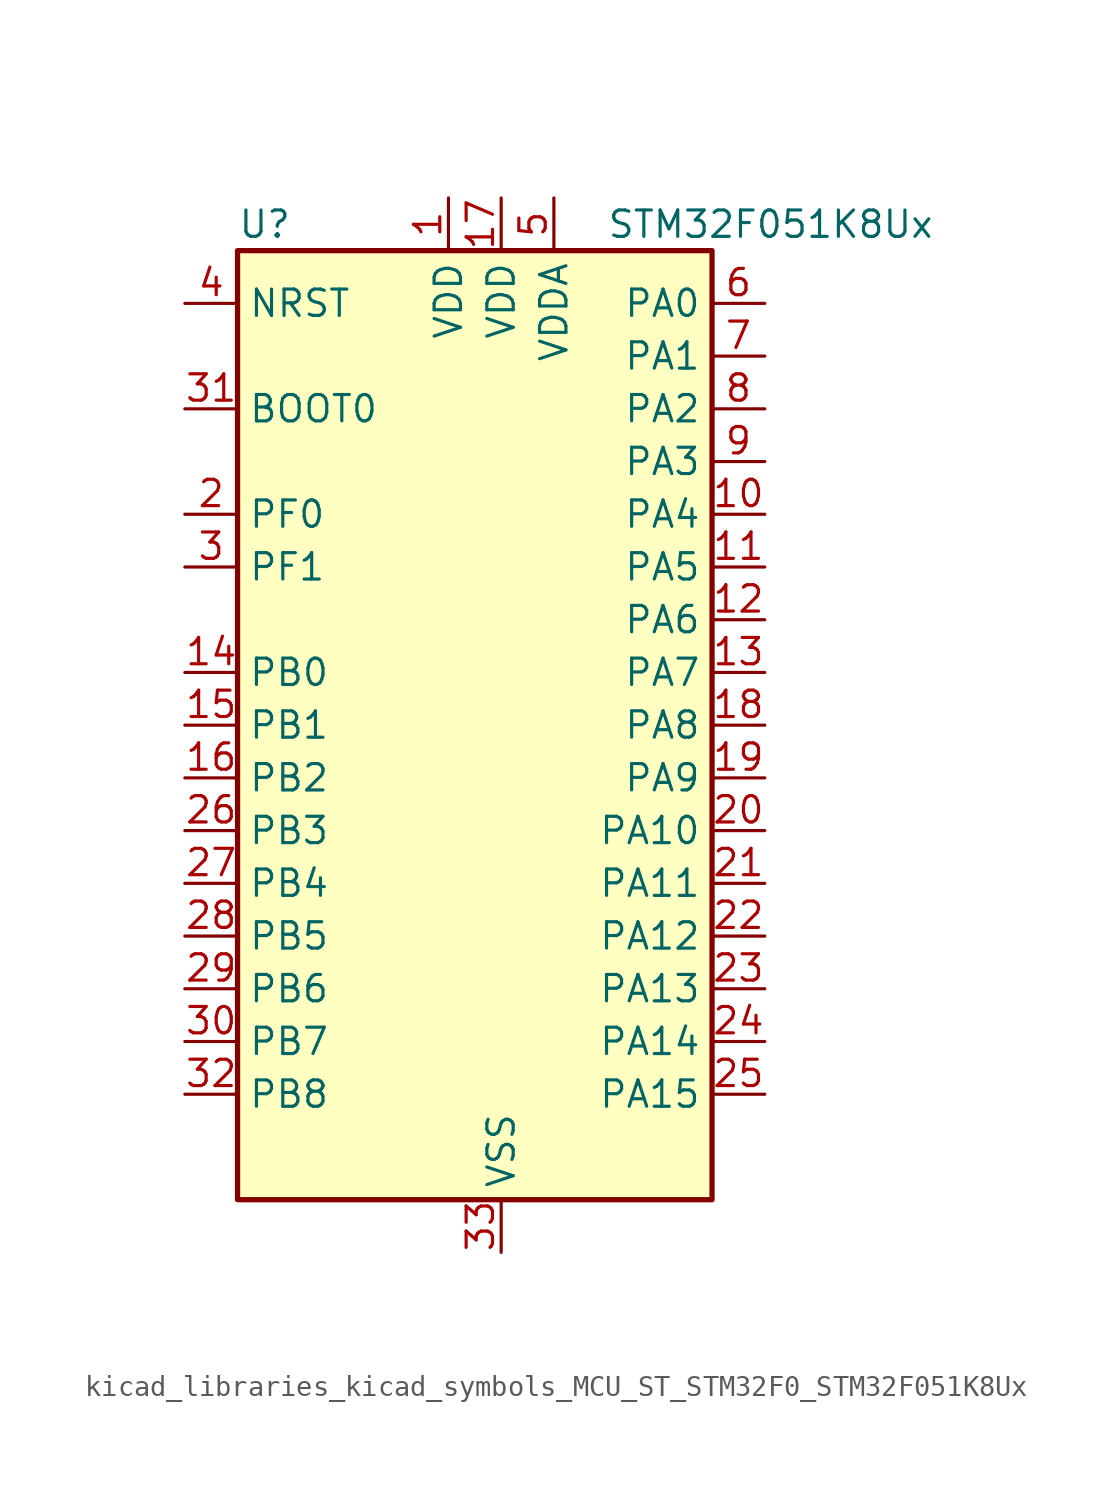
<source format=kicad_sym>
(kicad_symbol_lib
  (version 20220914)
  (generator kicad_symbol_editor)
  (symbol "kicad_libraries_kicad_symbols_MCU_ST_STM32F0_STM32F051K8Ux"
    (property "Reference" "U"
      (at -10.16 24.13 0)
      (effects (font (size 1.27 1.27)) (justify left)))
    (property "Value" "STM32F051K8Ux"
      (at 7.62 24.13 0)
      (effects (font (size 1.27 1.27)) (justify left)))
    (property "ki_locked" ""
      (at 0 0 0)
      (effects (font (size 1.27 1.27))))
    (symbol "kicad_libraries_kicad_symbols_MCU_ST_STM32F0_STM32F051K8Ux_0_1"
      (rectangle (start -10.16 -22.86) (end 12.7 22.86) (stroke (width 0.254) (type default)) (fill (type background))))
    (symbol "kicad_libraries_kicad_symbols_MCU_ST_STM32F0_STM32F051K8Ux_1_1"
      (pin power_in line (at 0 25.4 270) (length 2.54) (name "VDD" (effects (font (size 1.27 1.27)))) (number "1" (effects (font (size 1.27 1.27)))))
      (pin bidirectional line (at 15.24 10.16 180) (length 2.54) (name "PA4" (effects (font (size 1.27 1.27)))) (number "10" (effects (font (size 1.27 1.27)))) (alternate "ADC_IN4" bidirectional line) (alternate "COMP1_INM" bidirectional line) (alternate "COMP2_INM" bidirectional line) (alternate "DAC1_OUT1" bidirectional line) (alternate "I2S1_WS" bidirectional line) (alternate "SPI1_NSS" bidirectional line) (alternate "TIM14_CH1" bidirectional line) (alternate "TSC_G2_IO1" bidirectional line) (alternate "USART2_CK" bidirectional line))
      (pin bidirectional line (at 15.24 7.62 180) (length 2.54) (name "PA5" (effects (font (size 1.27 1.27)))) (number "11" (effects (font (size 1.27 1.27)))) (alternate "ADC_IN5" bidirectional line) (alternate "CEC" bidirectional line) (alternate "COMP1_INM" bidirectional line) (alternate "COMP2_INM" bidirectional line) (alternate "I2S1_CK" bidirectional line) (alternate "SPI1_SCK" bidirectional line) (alternate "TIM2_CH1" bidirectional line) (alternate "TIM2_ETR" bidirectional line) (alternate "TSC_G2_IO2" bidirectional line))
      (pin bidirectional line (at 15.24 5.08 180) (length 2.54) (name "PA6" (effects (font (size 1.27 1.27)))) (number "12" (effects (font (size 1.27 1.27)))) (alternate "ADC_IN6" bidirectional line) (alternate "COMP1_OUT" bidirectional line) (alternate "I2S1_MCK" bidirectional line) (alternate "SPI1_MISO" bidirectional line) (alternate "TIM16_CH1" bidirectional line) (alternate "TIM1_BKIN" bidirectional line) (alternate "TIM3_CH1" bidirectional line) (alternate "TSC_G2_IO3" bidirectional line))
      (pin bidirectional line (at 15.24 2.54 180) (length 2.54) (name "PA7" (effects (font (size 1.27 1.27)))) (number "13" (effects (font (size 1.27 1.27)))) (alternate "ADC_IN7" bidirectional line) (alternate "COMP2_OUT" bidirectional line) (alternate "I2S1_SD" bidirectional line) (alternate "SPI1_MOSI" bidirectional line) (alternate "TIM14_CH1" bidirectional line) (alternate "TIM17_CH1" bidirectional line) (alternate "TIM1_CH1N" bidirectional line) (alternate "TIM3_CH2" bidirectional line) (alternate "TSC_G2_IO4" bidirectional line))
      (pin bidirectional line (at -12.7 2.54 0) (length 2.54) (name "PB0" (effects (font (size 1.27 1.27)))) (number "14" (effects (font (size 1.27 1.27)))) (alternate "ADC_IN8" bidirectional line) (alternate "TIM1_CH2N" bidirectional line) (alternate "TIM3_CH3" bidirectional line) (alternate "TSC_G3_IO2" bidirectional line))
      (pin bidirectional line (at -12.7 0 0) (length 2.54) (name "PB1" (effects (font (size 1.27 1.27)))) (number "15" (effects (font (size 1.27 1.27)))) (alternate "ADC_IN9" bidirectional line) (alternate "TIM14_CH1" bidirectional line) (alternate "TIM1_CH3N" bidirectional line) (alternate "TIM3_CH4" bidirectional line) (alternate "TSC_G3_IO3" bidirectional line))
      (pin bidirectional line (at -12.7 -2.54 0) (length 2.54) (name "PB2" (effects (font (size 1.27 1.27)))) (number "16" (effects (font (size 1.27 1.27)))) (alternate "TSC_G3_IO4" bidirectional line))
      (pin power_in line (at 2.54 25.4 270) (length 2.54) (name "VDD" (effects (font (size 1.27 1.27)))) (number "17" (effects (font (size 1.27 1.27)))))
      (pin bidirectional line (at 15.24 0 180) (length 2.54) (name "PA8" (effects (font (size 1.27 1.27)))) (number "18" (effects (font (size 1.27 1.27)))) (alternate "RCC_MCO" bidirectional line) (alternate "TIM1_CH1" bidirectional line) (alternate "USART1_CK" bidirectional line))
      (pin bidirectional line (at 15.24 -2.54 180) (length 2.54) (name "PA9" (effects (font (size 1.27 1.27)))) (number "19" (effects (font (size 1.27 1.27)))) (alternate "DAC1_EXTI9" bidirectional line) (alternate "TIM15_BKIN" bidirectional line) (alternate "TIM1_CH2" bidirectional line) (alternate "TSC_G4_IO1" bidirectional line) (alternate "USART1_TX" bidirectional line))
      (pin bidirectional line (at -12.7 10.16 0) (length 2.54) (name "PF0" (effects (font (size 1.27 1.27)))) (number "2" (effects (font (size 1.27 1.27)))) (alternate "RCC_OSC_IN" bidirectional line))
      (pin bidirectional line (at 15.24 -5.08 180) (length 2.54) (name "PA10" (effects (font (size 1.27 1.27)))) (number "20" (effects (font (size 1.27 1.27)))) (alternate "TIM17_BKIN" bidirectional line) (alternate "TIM1_CH3" bidirectional line) (alternate "TSC_G4_IO2" bidirectional line) (alternate "USART1_RX" bidirectional line))
      (pin bidirectional line (at 15.24 -7.62 180) (length 2.54) (name "PA11" (effects (font (size 1.27 1.27)))) (number "21" (effects (font (size 1.27 1.27)))) (alternate "COMP1_OUT" bidirectional line) (alternate "TIM1_CH4" bidirectional line) (alternate "TSC_G4_IO3" bidirectional line) (alternate "USART1_CTS" bidirectional line))
      (pin bidirectional line (at 15.24 -10.16 180) (length 2.54) (name "PA12" (effects (font (size 1.27 1.27)))) (number "22" (effects (font (size 1.27 1.27)))) (alternate "COMP2_OUT" bidirectional line) (alternate "TIM1_ETR" bidirectional line) (alternate "TSC_G4_IO4" bidirectional line) (alternate "USART1_DE" bidirectional line) (alternate "USART1_RTS" bidirectional line))
      (pin bidirectional line (at 15.24 -12.7 180) (length 2.54) (name "PA13" (effects (font (size 1.27 1.27)))) (number "23" (effects (font (size 1.27 1.27)))) (alternate "IR_OUT" bidirectional line) (alternate "SYS_SWDIO" bidirectional line))
      (pin bidirectional line (at 15.24 -15.24 180) (length 2.54) (name "PA14" (effects (font (size 1.27 1.27)))) (number "24" (effects (font (size 1.27 1.27)))) (alternate "SYS_SWCLK" bidirectional line) (alternate "USART2_TX" bidirectional line))
      (pin bidirectional line (at 15.24 -17.78 180) (length 2.54) (name "PA15" (effects (font (size 1.27 1.27)))) (number "25" (effects (font (size 1.27 1.27)))) (alternate "I2S1_WS" bidirectional line) (alternate "SPI1_NSS" bidirectional line) (alternate "TIM2_CH1" bidirectional line) (alternate "TIM2_ETR" bidirectional line) (alternate "USART2_RX" bidirectional line))
      (pin bidirectional line (at -12.7 -5.08 0) (length 2.54) (name "PB3" (effects (font (size 1.27 1.27)))) (number "26" (effects (font (size 1.27 1.27)))) (alternate "I2S1_CK" bidirectional line) (alternate "SPI1_SCK" bidirectional line) (alternate "TIM2_CH2" bidirectional line) (alternate "TSC_G5_IO1" bidirectional line))
      (pin bidirectional line (at -12.7 -7.62 0) (length 2.54) (name "PB4" (effects (font (size 1.27 1.27)))) (number "27" (effects (font (size 1.27 1.27)))) (alternate "I2S1_MCK" bidirectional line) (alternate "SPI1_MISO" bidirectional line) (alternate "TIM3_CH1" bidirectional line) (alternate "TSC_G5_IO2" bidirectional line))
      (pin bidirectional line (at -12.7 -10.16 0) (length 2.54) (name "PB5" (effects (font (size 1.27 1.27)))) (number "28" (effects (font (size 1.27 1.27)))) (alternate "I2C1_SMBA" bidirectional line) (alternate "I2S1_SD" bidirectional line) (alternate "SPI1_MOSI" bidirectional line) (alternate "TIM16_BKIN" bidirectional line) (alternate "TIM3_CH2" bidirectional line))
      (pin bidirectional line (at -12.7 -12.7 0) (length 2.54) (name "PB6" (effects (font (size 1.27 1.27)))) (number "29" (effects (font (size 1.27 1.27)))) (alternate "I2C1_SCL" bidirectional line) (alternate "TIM16_CH1N" bidirectional line) (alternate "TSC_G5_IO3" bidirectional line) (alternate "USART1_TX" bidirectional line))
      (pin bidirectional line (at -12.7 7.62 0) (length 2.54) (name "PF1" (effects (font (size 1.27 1.27)))) (number "3" (effects (font (size 1.27 1.27)))) (alternate "RCC_OSC_OUT" bidirectional line))
      (pin bidirectional line (at -12.7 -15.24 0) (length 2.54) (name "PB7" (effects (font (size 1.27 1.27)))) (number "30" (effects (font (size 1.27 1.27)))) (alternate "I2C1_SDA" bidirectional line) (alternate "TIM17_CH1N" bidirectional line) (alternate "TSC_G5_IO4" bidirectional line) (alternate "USART1_RX" bidirectional line))
      (pin input line (at -12.7 15.24 0) (length 2.54) (name "BOOT0" (effects (font (size 1.27 1.27)))) (number "31" (effects (font (size 1.27 1.27)))))
      (pin bidirectional line (at -12.7 -17.78 0) (length 2.54) (name "PB8" (effects (font (size 1.27 1.27)))) (number "32" (effects (font (size 1.27 1.27)))) (alternate "CEC" bidirectional line) (alternate "I2C1_SCL" bidirectional line) (alternate "TIM16_CH1" bidirectional line) (alternate "TSC_SYNC" bidirectional line))
      (pin power_in line (at 2.54 -25.4 90) (length 2.54) (name "VSS" (effects (font (size 1.27 1.27)))) (number "33" (effects (font (size 1.27 1.27)))))
      (pin input line (at -12.7 20.32 0) (length 2.54) (name "NRST" (effects (font (size 1.27 1.27)))) (number "4" (effects (font (size 1.27 1.27)))))
      (pin power_in line (at 5.08 25.4 270) (length 2.54) (name "VDDA" (effects (font (size 1.27 1.27)))) (number "5" (effects (font (size 1.27 1.27)))))
      (pin bidirectional line (at 15.24 20.32 180) (length 2.54) (name "PA0" (effects (font (size 1.27 1.27)))) (number "6" (effects (font (size 1.27 1.27)))) (alternate "ADC_IN0" bidirectional line) (alternate "COMP1_INM" bidirectional line) (alternate "COMP1_OUT" bidirectional line) (alternate "RTC_TAMP2" bidirectional line) (alternate "SYS_WKUP1" bidirectional line) (alternate "TIM2_CH1" bidirectional line) (alternate "TIM2_ETR" bidirectional line) (alternate "TSC_G1_IO1" bidirectional line) (alternate "USART2_CTS" bidirectional line))
      (pin bidirectional line (at 15.24 17.78 180) (length 2.54) (name "PA1" (effects (font (size 1.27 1.27)))) (number "7" (effects (font (size 1.27 1.27)))) (alternate "ADC_IN1" bidirectional line) (alternate "COMP1_INP" bidirectional line) (alternate "TIM2_CH2" bidirectional line) (alternate "TSC_G1_IO2" bidirectional line) (alternate "USART2_DE" bidirectional line) (alternate "USART2_RTS" bidirectional line))
      (pin bidirectional line (at 15.24 15.24 180) (length 2.54) (name "PA2" (effects (font (size 1.27 1.27)))) (number "8" (effects (font (size 1.27 1.27)))) (alternate "ADC_IN2" bidirectional line) (alternate "COMP2_INM" bidirectional line) (alternate "COMP2_OUT" bidirectional line) (alternate "TIM15_CH1" bidirectional line) (alternate "TIM2_CH3" bidirectional line) (alternate "TSC_G1_IO3" bidirectional line) (alternate "USART2_TX" bidirectional line))
      (pin bidirectional line (at 15.24 12.7 180) (length 2.54) (name "PA3" (effects (font (size 1.27 1.27)))) (number "9" (effects (font (size 1.27 1.27)))) (alternate "ADC_IN3" bidirectional line) (alternate "COMP2_INP" bidirectional line) (alternate "TIM15_CH2" bidirectional line) (alternate "TIM2_CH4" bidirectional line) (alternate "TSC_G1_IO4" bidirectional line) (alternate "USART2_RX" bidirectional line)))))
</source>
